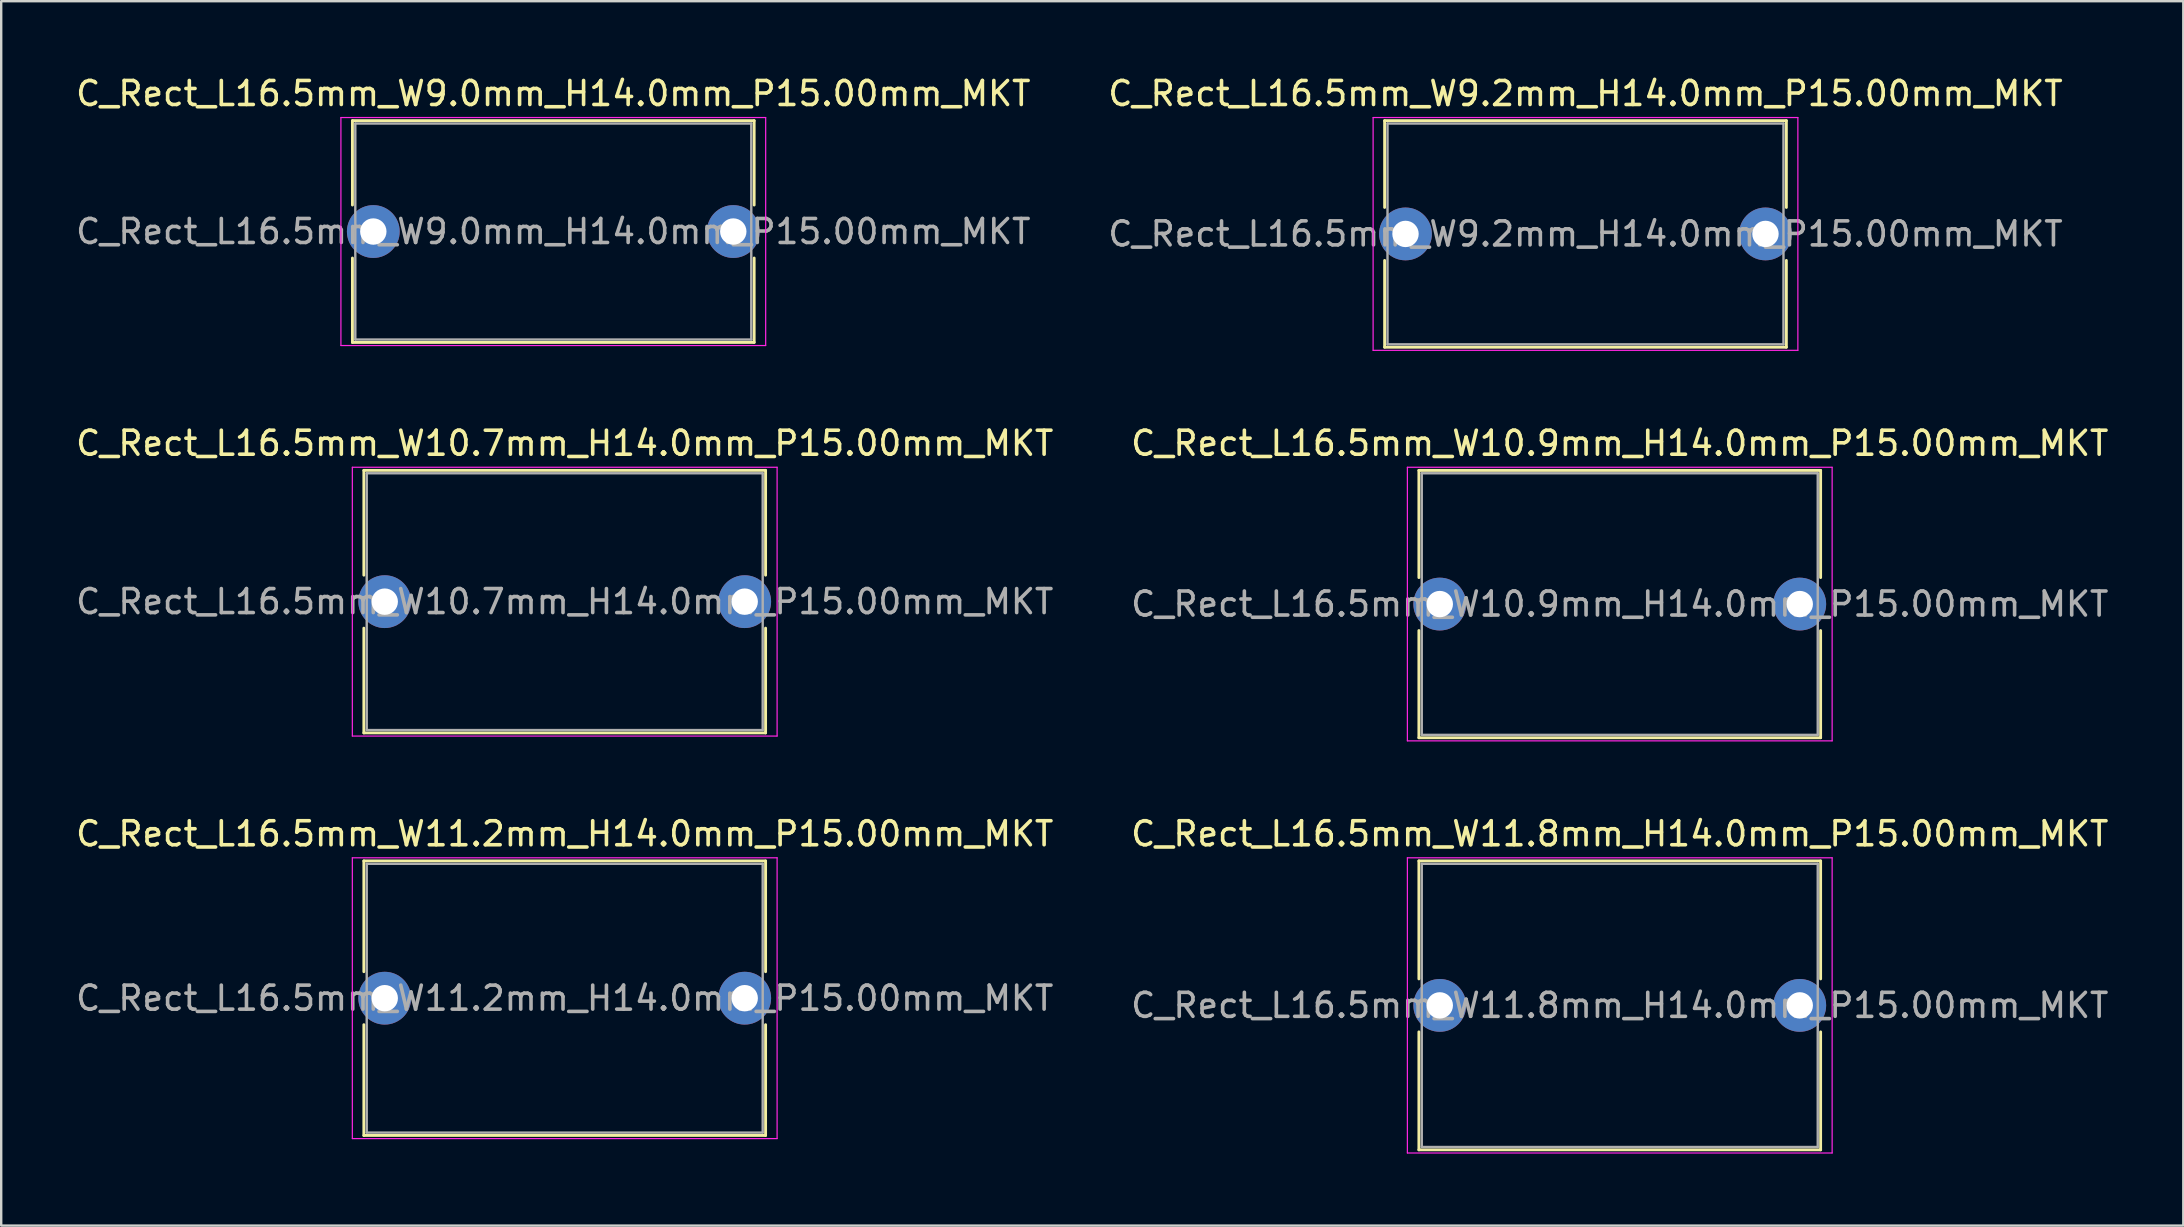
<source format=kicad_pcb>
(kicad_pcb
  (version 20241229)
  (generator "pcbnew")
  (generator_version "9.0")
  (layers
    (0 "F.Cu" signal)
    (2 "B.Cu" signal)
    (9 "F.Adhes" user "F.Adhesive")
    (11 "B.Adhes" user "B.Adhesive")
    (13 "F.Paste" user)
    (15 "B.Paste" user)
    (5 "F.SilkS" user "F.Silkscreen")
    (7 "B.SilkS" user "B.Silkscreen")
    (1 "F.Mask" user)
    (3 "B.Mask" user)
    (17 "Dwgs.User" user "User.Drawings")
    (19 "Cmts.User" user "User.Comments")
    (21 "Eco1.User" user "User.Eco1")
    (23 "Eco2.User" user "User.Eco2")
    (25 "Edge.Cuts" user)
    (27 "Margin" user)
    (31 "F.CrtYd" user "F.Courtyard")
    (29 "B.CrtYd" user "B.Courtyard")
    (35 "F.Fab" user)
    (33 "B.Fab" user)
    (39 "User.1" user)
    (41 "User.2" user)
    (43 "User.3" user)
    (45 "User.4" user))
  (footprint "C_Rect_L16.5mm_W9.0mm_H14.0mm_P15.00mm_MKT"
    (layer "F.Cu")
    (at 12.506 6.598)
    (property "Reference" "C_Rect_L16.5mm_W9.0mm_H14.0mm_P15.00mm_MKT" (at 7.5 -5.75 0) (layer "F.SilkS") (effects (font (size 1 1) (thickness 0.15))))
    (attr through_hole)
    (fp_line (start -0.87 -4.62) (end -0.87 -1.104) (stroke (width 0.12) (type solid)) (layer "F.SilkS"))
    (fp_line (start -0.87 -4.62) (end 15.87 -4.62) (stroke (width 0.12) (type solid)) (layer "F.SilkS"))
    (fp_line (start -0.87 1.104) (end -0.87 4.62) (stroke (width 0.12) (type solid)) (layer "F.SilkS"))
    (fp_line (start -0.87 4.62) (end 15.87 4.62) (stroke (width 0.12) (type solid)) (layer "F.SilkS"))
    (fp_line (start 15.87 -4.62) (end 15.87 -1.104) (stroke (width 0.12) (type solid)) (layer "F.SilkS"))
    (fp_line (start 15.87 1.104) (end 15.87 4.62) (stroke (width 0.12) (type solid)) (layer "F.SilkS"))
    (fp_line (start -1.35 -4.75) (end -1.35 4.75) (stroke (width 0.05) (type solid)) (layer "F.CrtYd"))
    (fp_line (start -1.35 4.75) (end 16.35 4.75) (stroke (width 0.05) (type solid)) (layer "F.CrtYd"))
    (fp_line (start 16.35 -4.75) (end -1.35 -4.75) (stroke (width 0.05) (type solid)) (layer "F.CrtYd"))
    (fp_line (start 16.35 4.75) (end 16.35 -4.75) (stroke (width 0.05) (type solid)) (layer "F.CrtYd"))
    (fp_line (start -0.75 -4.5) (end -0.75 4.5) (stroke (width 0.1) (type solid)) (layer "F.Fab"))
    (fp_line (start -0.75 4.5) (end 15.75 4.5) (stroke (width 0.1) (type solid)) (layer "F.Fab"))
    (fp_line (start 15.75 -4.5) (end -0.75 -4.5) (stroke (width 0.1) (type solid)) (layer "F.Fab"))
    (fp_line (start 15.75 4.5) (end 15.75 -4.5) (stroke (width 0.1) (type solid)) (layer "F.Fab"))
    (fp_text user "${REFERENCE}" (at 7.5 0 0) (layer "F.Fab") (effects (font (size 1 1) (thickness 0.15))))
    (pad "1" thru_hole circle (at 0 0) (size 2.2 2.2) (drill 1.1) (layers "*.Cu" "*.Mask"))
    (pad "2" thru_hole circle (at 15 0) (size 2.2 2.2) (drill 1.1) (layers "*.Cu" "*.Mask")))
  (footprint "C_Rect_L16.5mm_W10.9mm_H14.0mm_P15.00mm_MKT"
    (layer "F.Cu")
    (at 56.946 22.122)
    (property "Reference" "C_Rect_L16.5mm_W10.9mm_H14.0mm_P15.00mm_MKT" (at 7.5 -6.7 0) (layer "F.SilkS") (effects (font (size 1 1) (thickness 0.15))))
    (attr through_hole)
    (fp_line (start -0.87 -5.57) (end -0.87 -1.104) (stroke (width 0.12) (type solid)) (layer "F.SilkS"))
    (fp_line (start -0.87 -5.57) (end 15.87 -5.57) (stroke (width 0.12) (type solid)) (layer "F.SilkS"))
    (fp_line (start -0.87 1.104) (end -0.87 5.57) (stroke (width 0.12) (type solid)) (layer "F.SilkS"))
    (fp_line (start -0.87 5.57) (end 15.87 5.57) (stroke (width 0.12) (type solid)) (layer "F.SilkS"))
    (fp_line (start 15.87 -5.57) (end 15.87 -1.104) (stroke (width 0.12) (type solid)) (layer "F.SilkS"))
    (fp_line (start 15.87 1.104) (end 15.87 5.57) (stroke (width 0.12) (type solid)) (layer "F.SilkS"))
    (fp_line (start -1.35 -5.7) (end -1.35 5.7) (stroke (width 0.05) (type solid)) (layer "F.CrtYd"))
    (fp_line (start -1.35 5.7) (end 16.35 5.7) (stroke (width 0.05) (type solid)) (layer "F.CrtYd"))
    (fp_line (start 16.35 -5.7) (end -1.35 -5.7) (stroke (width 0.05) (type solid)) (layer "F.CrtYd"))
    (fp_line (start 16.35 5.7) (end 16.35 -5.7) (stroke (width 0.05) (type solid)) (layer "F.CrtYd"))
    (fp_line (start -0.75 -5.45) (end -0.75 5.45) (stroke (width 0.1) (type solid)) (layer "F.Fab"))
    (fp_line (start -0.75 5.45) (end 15.75 5.45) (stroke (width 0.1) (type solid)) (layer "F.Fab"))
    (fp_line (start 15.75 -5.45) (end -0.75 -5.45) (stroke (width 0.1) (type solid)) (layer "F.Fab"))
    (fp_line (start 15.75 5.45) (end 15.75 -5.45) (stroke (width 0.1) (type solid)) (layer "F.Fab"))
    (fp_text user "${REFERENCE}" (at 7.5 0 0) (layer "F.Fab") (effects (font (size 1 1) (thickness 0.15))))
    (pad "1" thru_hole circle (at 0 0) (size 2.2 2.2) (drill 1.1) (layers "*.Cu" "*.Mask"))
    (pad "2" thru_hole circle (at 15 0) (size 2.2 2.2) (drill 1.1) (layers "*.Cu" "*.Mask")))
  (footprint "C_Rect_L16.5mm_W10.7mm_H14.0mm_P15.00mm_MKT"
    (layer "F.Cu")
    (at 12.982 22.021)
    (property "Reference" "C_Rect_L16.5mm_W10.7mm_H14.0mm_P15.00mm_MKT" (at 7.5 -6.6 0) (layer "F.SilkS") (effects (font (size 1 1) (thickness 0.15))))
    (attr through_hole)
    (fp_line (start -0.87 -5.47) (end -0.87 -1.104) (stroke (width 0.12) (type solid)) (layer "F.SilkS"))
    (fp_line (start -0.87 -5.47) (end 15.87 -5.47) (stroke (width 0.12) (type solid)) (layer "F.SilkS"))
    (fp_line (start -0.87 1.104) (end -0.87 5.47) (stroke (width 0.12) (type solid)) (layer "F.SilkS"))
    (fp_line (start -0.87 5.47) (end 15.87 5.47) (stroke (width 0.12) (type solid)) (layer "F.SilkS"))
    (fp_line (start 15.87 -5.47) (end 15.87 -1.104) (stroke (width 0.12) (type solid)) (layer "F.SilkS"))
    (fp_line (start 15.87 1.104) (end 15.87 5.47) (stroke (width 0.12) (type solid)) (layer "F.SilkS"))
    (fp_line (start -1.35 -5.6) (end -1.35 5.6) (stroke (width 0.05) (type solid)) (layer "F.CrtYd"))
    (fp_line (start -1.35 5.6) (end 16.35 5.6) (stroke (width 0.05) (type solid)) (layer "F.CrtYd"))
    (fp_line (start 16.35 -5.6) (end -1.35 -5.6) (stroke (width 0.05) (type solid)) (layer "F.CrtYd"))
    (fp_line (start 16.35 5.6) (end 16.35 -5.6) (stroke (width 0.05) (type solid)) (layer "F.CrtYd"))
    (fp_line (start -0.75 -5.35) (end -0.75 5.35) (stroke (width 0.1) (type solid)) (layer "F.Fab"))
    (fp_line (start -0.75 5.35) (end 15.75 5.35) (stroke (width 0.1) (type solid)) (layer "F.Fab"))
    (fp_line (start 15.75 -5.35) (end -0.75 -5.35) (stroke (width 0.1) (type solid)) (layer "F.Fab"))
    (fp_line (start 15.75 5.35) (end 15.75 -5.35) (stroke (width 0.1) (type solid)) (layer "F.Fab"))
    (fp_text user "${REFERENCE}" (at 7.5 0 0) (layer "F.Fab") (effects (font (size 1 1) (thickness 0.15))))
    (pad "1" thru_hole circle (at 0 0) (size 2.2 2.2) (drill 1.1) (layers "*.Cu" "*.Mask"))
    (pad "2" thru_hole circle (at 15 0) (size 2.2 2.2) (drill 1.1) (layers "*.Cu" "*.Mask")))
  (footprint "C_Rect_L16.5mm_W11.8mm_H14.0mm_P15.00mm_MKT"
    (layer "F.Cu")
    (at 56.946 38.845)
    (property "Reference" "C_Rect_L16.5mm_W11.8mm_H14.0mm_P15.00mm_MKT" (at 7.5 -7.15 0) (layer "F.SilkS") (effects (font (size 1 1) (thickness 0.15))))
    (attr through_hole)
    (fp_line (start -0.87 -6.02) (end -0.87 -1.104) (stroke (width 0.12) (type solid)) (layer "F.SilkS"))
    (fp_line (start -0.87 -6.02) (end 15.87 -6.02) (stroke (width 0.12) (type solid)) (layer "F.SilkS"))
    (fp_line (start -0.87 1.104) (end -0.87 6.02) (stroke (width 0.12) (type solid)) (layer "F.SilkS"))
    (fp_line (start -0.87 6.02) (end 15.87 6.02) (stroke (width 0.12) (type solid)) (layer "F.SilkS"))
    (fp_line (start 15.87 -6.02) (end 15.87 -1.104) (stroke (width 0.12) (type solid)) (layer "F.SilkS"))
    (fp_line (start 15.87 1.104) (end 15.87 6.02) (stroke (width 0.12) (type solid)) (layer "F.SilkS"))
    (fp_line (start -1.35 -6.15) (end -1.35 6.15) (stroke (width 0.05) (type solid)) (layer "F.CrtYd"))
    (fp_line (start -1.35 6.15) (end 16.35 6.15) (stroke (width 0.05) (type solid)) (layer "F.CrtYd"))
    (fp_line (start 16.35 -6.15) (end -1.35 -6.15) (stroke (width 0.05) (type solid)) (layer "F.CrtYd"))
    (fp_line (start 16.35 6.15) (end 16.35 -6.15) (stroke (width 0.05) (type solid)) (layer "F.CrtYd"))
    (fp_line (start -0.75 -5.9) (end -0.75 5.9) (stroke (width 0.1) (type solid)) (layer "F.Fab"))
    (fp_line (start -0.75 5.9) (end 15.75 5.9) (stroke (width 0.1) (type solid)) (layer "F.Fab"))
    (fp_line (start 15.75 -5.9) (end -0.75 -5.9) (stroke (width 0.1) (type solid)) (layer "F.Fab"))
    (fp_line (start 15.75 5.9) (end 15.75 -5.9) (stroke (width 0.1) (type solid)) (layer "F.Fab"))
    (fp_text user "${REFERENCE}" (at 7.5 0 0) (layer "F.Fab") (effects (font (size 1 1) (thickness 0.15))))
    (pad "1" thru_hole circle (at 0 0) (size 2.2 2.2) (drill 1.1) (layers "*.Cu" "*.Mask"))
    (pad "2" thru_hole circle (at 15 0) (size 2.2 2.2) (drill 1.1) (layers "*.Cu" "*.Mask")))
  (footprint "C_Rect_L16.5mm_W9.2mm_H14.0mm_P15.00mm_MKT"
    (layer "F.Cu")
    (at 55.518 6.698)
    (property "Reference" "C_Rect_L16.5mm_W9.2mm_H14.0mm_P15.00mm_MKT" (at 7.5 -5.85 0) (layer "F.SilkS") (effects (font (size 1 1) (thickness 0.15))))
    (attr through_hole)
    (fp_line (start -0.87 -4.72) (end -0.87 -1.104) (stroke (width 0.12) (type solid)) (layer "F.SilkS"))
    (fp_line (start -0.87 -4.72) (end 15.87 -4.72) (stroke (width 0.12) (type solid)) (layer "F.SilkS"))
    (fp_line (start -0.87 1.104) (end -0.87 4.72) (stroke (width 0.12) (type solid)) (layer "F.SilkS"))
    (fp_line (start -0.87 4.72) (end 15.87 4.72) (stroke (width 0.12) (type solid)) (layer "F.SilkS"))
    (fp_line (start 15.87 -4.72) (end 15.87 -1.104) (stroke (width 0.12) (type solid)) (layer "F.SilkS"))
    (fp_line (start 15.87 1.104) (end 15.87 4.72) (stroke (width 0.12) (type solid)) (layer "F.SilkS"))
    (fp_line (start -1.35 -4.85) (end -1.35 4.85) (stroke (width 0.05) (type solid)) (layer "F.CrtYd"))
    (fp_line (start -1.35 4.85) (end 16.35 4.85) (stroke (width 0.05) (type solid)) (layer "F.CrtYd"))
    (fp_line (start 16.35 -4.85) (end -1.35 -4.85) (stroke (width 0.05) (type solid)) (layer "F.CrtYd"))
    (fp_line (start 16.35 4.85) (end 16.35 -4.85) (stroke (width 0.05) (type solid)) (layer "F.CrtYd"))
    (fp_line (start -0.75 -4.6) (end -0.75 4.6) (stroke (width 0.1) (type solid)) (layer "F.Fab"))
    (fp_line (start -0.75 4.6) (end 15.75 4.6) (stroke (width 0.1) (type solid)) (layer "F.Fab"))
    (fp_line (start 15.75 -4.6) (end -0.75 -4.6) (stroke (width 0.1) (type solid)) (layer "F.Fab"))
    (fp_line (start 15.75 4.6) (end 15.75 -4.6) (stroke (width 0.1) (type solid)) (layer "F.Fab"))
    (fp_text user "${REFERENCE}" (at 7.5 0 0) (layer "F.Fab") (effects (font (size 1 1) (thickness 0.15))))
    (pad "1" thru_hole circle (at 0 0) (size 2.2 2.2) (drill 1.1) (layers "*.Cu" "*.Mask"))
    (pad "2" thru_hole circle (at 15 0) (size 2.2 2.2) (drill 1.1) (layers "*.Cu" "*.Mask")))
  (footprint "C_Rect_L16.5mm_W11.2mm_H14.0mm_P15.00mm_MKT"
    (layer "F.Cu")
    (at 12.982 38.545)
    (property "Reference" "C_Rect_L16.5mm_W11.2mm_H14.0mm_P15.00mm_MKT" (at 7.5 -6.85 0) (layer "F.SilkS") (effects (font (size 1 1) (thickness 0.15))))
    (attr through_hole)
    (fp_line (start -0.87 -5.72) (end -0.87 -1.104) (stroke (width 0.12) (type solid)) (layer "F.SilkS"))
    (fp_line (start -0.87 -5.72) (end 15.87 -5.72) (stroke (width 0.12) (type solid)) (layer "F.SilkS"))
    (fp_line (start -0.87 1.104) (end -0.87 5.72) (stroke (width 0.12) (type solid)) (layer "F.SilkS"))
    (fp_line (start -0.87 5.72) (end 15.87 5.72) (stroke (width 0.12) (type solid)) (layer "F.SilkS"))
    (fp_line (start 15.87 -5.72) (end 15.87 -1.104) (stroke (width 0.12) (type solid)) (layer "F.SilkS"))
    (fp_line (start 15.87 1.104) (end 15.87 5.72) (stroke (width 0.12) (type solid)) (layer "F.SilkS"))
    (fp_line (start -1.35 -5.85) (end -1.35 5.85) (stroke (width 0.05) (type solid)) (layer "F.CrtYd"))
    (fp_line (start -1.35 5.85) (end 16.35 5.85) (stroke (width 0.05) (type solid)) (layer "F.CrtYd"))
    (fp_line (start 16.35 -5.85) (end -1.35 -5.85) (stroke (width 0.05) (type solid)) (layer "F.CrtYd"))
    (fp_line (start 16.35 5.85) (end 16.35 -5.85) (stroke (width 0.05) (type solid)) (layer "F.CrtYd"))
    (fp_line (start -0.75 -5.6) (end -0.75 5.6) (stroke (width 0.1) (type solid)) (layer "F.Fab"))
    (fp_line (start -0.75 5.6) (end 15.75 5.6) (stroke (width 0.1) (type solid)) (layer "F.Fab"))
    (fp_line (start 15.75 -5.6) (end -0.75 -5.6) (stroke (width 0.1) (type solid)) (layer "F.Fab"))
    (fp_line (start 15.75 5.6) (end 15.75 -5.6) (stroke (width 0.1) (type solid)) (layer "F.Fab"))
    (fp_text user "${REFERENCE}" (at 7.5 0 0) (layer "F.Fab") (effects (font (size 1 1) (thickness 0.15))))
    (pad "1" thru_hole circle (at 0 0) (size 2.2 2.2) (drill 1.1) (layers "*.Cu" "*.Mask"))
    (pad "2" thru_hole circle (at 15 0) (size 2.2 2.2) (drill 1.1) (layers "*.Cu" "*.Mask")))
  (gr_rect
    (start -3 -3)
    (end 87.929 48.02)
    (stroke (width 0.1) (type default))
    (fill no)
    (layer "Edge.Cuts")))
</source>
